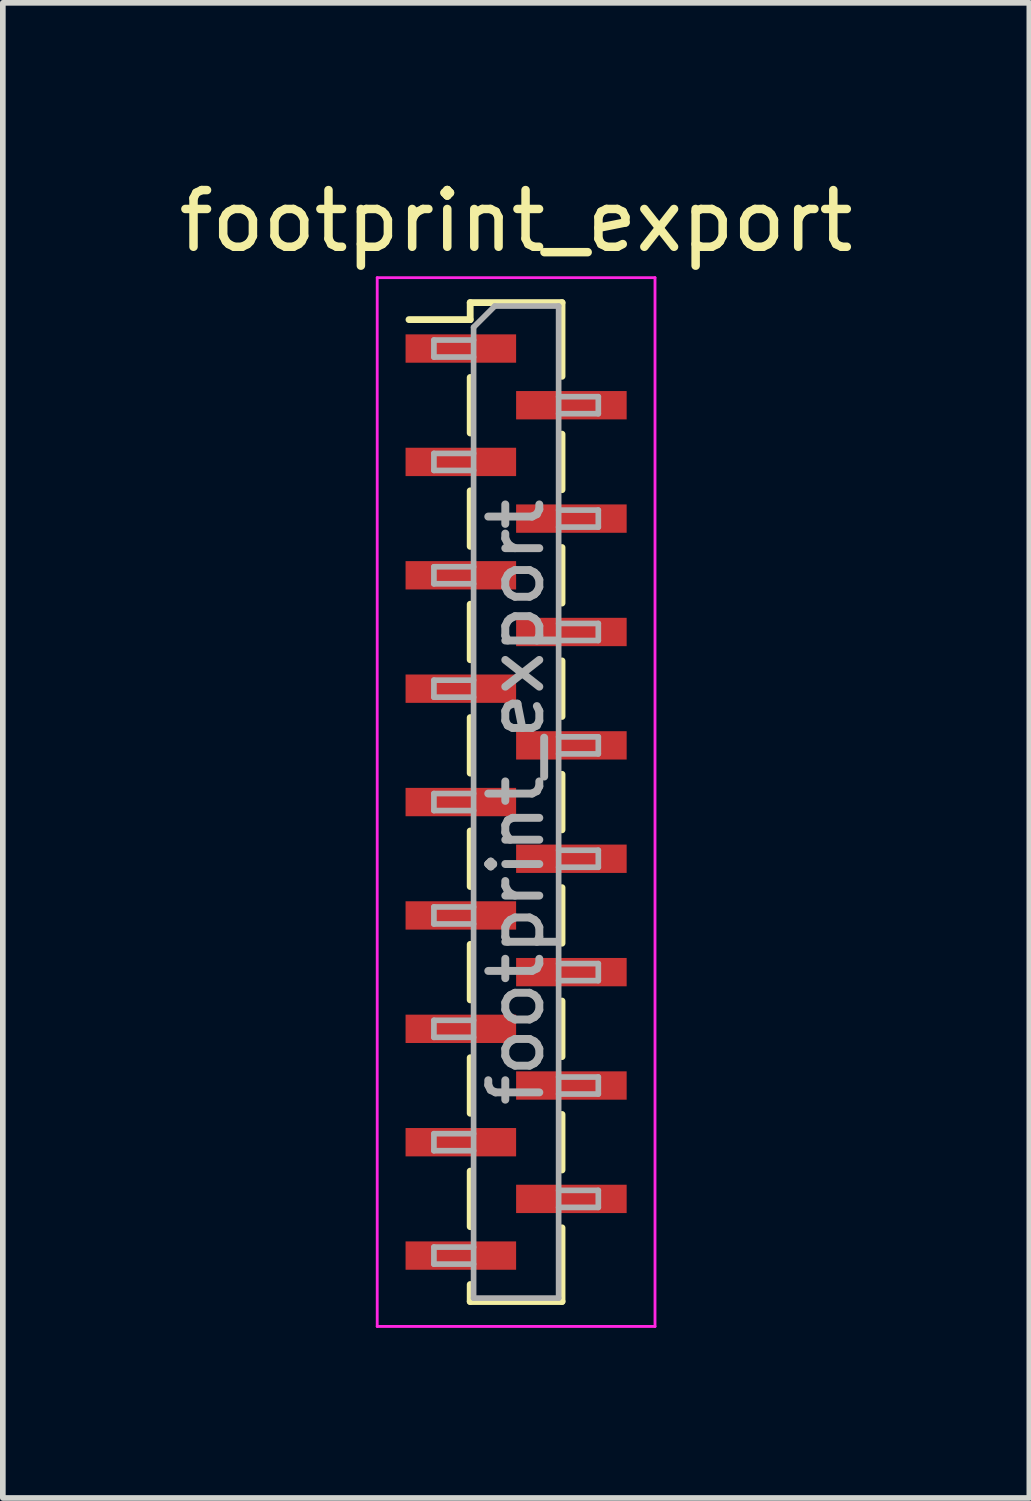
<source format=kicad_pcb>
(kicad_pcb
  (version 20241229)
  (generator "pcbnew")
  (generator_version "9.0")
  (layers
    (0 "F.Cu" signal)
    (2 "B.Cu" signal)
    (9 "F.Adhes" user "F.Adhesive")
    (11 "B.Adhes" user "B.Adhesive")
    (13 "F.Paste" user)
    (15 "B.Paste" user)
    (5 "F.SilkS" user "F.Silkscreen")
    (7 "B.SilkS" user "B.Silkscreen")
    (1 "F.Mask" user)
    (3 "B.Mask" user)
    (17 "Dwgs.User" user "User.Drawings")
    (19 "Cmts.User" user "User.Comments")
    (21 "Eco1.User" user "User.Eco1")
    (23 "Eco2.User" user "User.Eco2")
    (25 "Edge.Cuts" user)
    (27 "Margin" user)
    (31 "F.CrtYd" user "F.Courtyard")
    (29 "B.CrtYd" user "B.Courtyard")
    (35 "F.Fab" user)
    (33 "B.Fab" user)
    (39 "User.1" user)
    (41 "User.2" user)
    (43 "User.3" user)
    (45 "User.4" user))
  (footprint "footprint_export"
    (layer "F.Cu")
    (at 6.054 11.098)
    (property "Reference" "footprint_export" (at 0 -10.25 0) (layer "F.SilkS") (effects (font (size 1 1) (thickness 0.15))))
    (attr smd)
    (fp_line (start -1.89 -8.51) (end -0.81 -8.51) (stroke (width 0.12) (type solid)) (layer "F.SilkS"))
    (fp_line (start -0.81 -8.81) (end -0.81 -8.51) (stroke (width 0.12) (type solid)) (layer "F.SilkS"))
    (fp_line (start -0.81 -8.81) (end 0.81 -8.81) (stroke (width 0.12) (type solid)) (layer "F.SilkS"))
    (fp_line (start -0.81 -7.49) (end -0.81 -6.51) (stroke (width 0.12) (type solid)) (layer "F.SilkS"))
    (fp_line (start -0.81 -5.49) (end -0.81 -4.51) (stroke (width 0.12) (type solid)) (layer "F.SilkS"))
    (fp_line (start -0.81 -3.49) (end -0.81 -2.51) (stroke (width 0.12) (type solid)) (layer "F.SilkS"))
    (fp_line (start -0.81 -1.49) (end -0.81 -0.51) (stroke (width 0.12) (type solid)) (layer "F.SilkS"))
    (fp_line (start -0.81 0.51) (end -0.81 1.49) (stroke (width 0.12) (type solid)) (layer "F.SilkS"))
    (fp_line (start -0.81 2.51) (end -0.81 3.49) (stroke (width 0.12) (type solid)) (layer "F.SilkS"))
    (fp_line (start -0.81 4.51) (end -0.81 5.49) (stroke (width 0.12) (type solid)) (layer "F.SilkS"))
    (fp_line (start -0.81 6.51) (end -0.81 7.49) (stroke (width 0.12) (type solid)) (layer "F.SilkS"))
    (fp_line (start -0.81 8.51) (end -0.81 8.81) (stroke (width 0.12) (type solid)) (layer "F.SilkS"))
    (fp_line (start -0.81 8.81) (end 0.81 8.81) (stroke (width 0.12) (type solid)) (layer "F.SilkS"))
    (fp_line (start 0.81 -8.81) (end 0.81 -7.51) (stroke (width 0.12) (type solid)) (layer "F.SilkS"))
    (fp_line (start 0.81 -6.49) (end 0.81 -5.51) (stroke (width 0.12) (type solid)) (layer "F.SilkS"))
    (fp_line (start 0.81 -4.49) (end 0.81 -3.51) (stroke (width 0.12) (type solid)) (layer "F.SilkS"))
    (fp_line (start 0.81 -2.49) (end 0.81 -1.51) (stroke (width 0.12) (type solid)) (layer "F.SilkS"))
    (fp_line (start 0.81 -0.49) (end 0.81 0.49) (stroke (width 0.12) (type solid)) (layer "F.SilkS"))
    (fp_line (start 0.81 1.51) (end 0.81 2.49) (stroke (width 0.12) (type solid)) (layer "F.SilkS"))
    (fp_line (start 0.81 3.51) (end 0.81 4.49) (stroke (width 0.12) (type solid)) (layer "F.SilkS"))
    (fp_line (start 0.81 5.51) (end 0.81 6.49) (stroke (width 0.12) (type solid)) (layer "F.SilkS"))
    (fp_line (start 0.81 7.51) (end 0.81 8.81) (stroke (width 0.12) (type solid)) (layer "F.SilkS"))
    (fp_line (start -2.45 -9.25) (end 2.45 -9.25) (stroke (width 0.05) (type solid)) (layer "F.CrtYd"))
    (fp_line (start -2.45 9.25) (end -2.45 -9.25) (stroke (width 0.05) (type solid)) (layer "F.CrtYd"))
    (fp_line (start 2.45 -9.25) (end 2.45 9.25) (stroke (width 0.05) (type solid)) (layer "F.CrtYd"))
    (fp_line (start 2.45 9.25) (end -2.45 9.25) (stroke (width 0.05) (type solid)) (layer "F.CrtYd"))
    (fp_line (start -1.45 -8.15) (end -0.75 -8.15) (stroke (width 0.1) (type solid)) (layer "F.Fab"))
    (fp_line (start -1.45 -7.85) (end -1.45 -8.15) (stroke (width 0.1) (type solid)) (layer "F.Fab"))
    (fp_line (start -1.45 -6.15) (end -0.75 -6.15) (stroke (width 0.1) (type solid)) (layer "F.Fab"))
    (fp_line (start -1.45 -5.85) (end -1.45 -6.15) (stroke (width 0.1) (type solid)) (layer "F.Fab"))
    (fp_line (start -1.45 -4.15) (end -0.75 -4.15) (stroke (width 0.1) (type solid)) (layer "F.Fab"))
    (fp_line (start -1.45 -3.85) (end -1.45 -4.15) (stroke (width 0.1) (type solid)) (layer "F.Fab"))
    (fp_line (start -1.45 -2.15) (end -0.75 -2.15) (stroke (width 0.1) (type solid)) (layer "F.Fab"))
    (fp_line (start -1.45 -1.85) (end -1.45 -2.15) (stroke (width 0.1) (type solid)) (layer "F.Fab"))
    (fp_line (start -1.45 -0.15) (end -0.75 -0.15) (stroke (width 0.1) (type solid)) (layer "F.Fab"))
    (fp_line (start -1.45 0.15) (end -1.45 -0.15) (stroke (width 0.1) (type solid)) (layer "F.Fab"))
    (fp_line (start -1.45 1.85) (end -0.75 1.85) (stroke (width 0.1) (type solid)) (layer "F.Fab"))
    (fp_line (start -1.45 2.15) (end -1.45 1.85) (stroke (width 0.1) (type solid)) (layer "F.Fab"))
    (fp_line (start -1.45 3.85) (end -0.75 3.85) (stroke (width 0.1) (type solid)) (layer "F.Fab"))
    (fp_line (start -1.45 4.15) (end -1.45 3.85) (stroke (width 0.1) (type solid)) (layer "F.Fab"))
    (fp_line (start -1.45 5.85) (end -0.75 5.85) (stroke (width 0.1) (type solid)) (layer "F.Fab"))
    (fp_line (start -1.45 6.15) (end -1.45 5.85) (stroke (width 0.1) (type solid)) (layer "F.Fab"))
    (fp_line (start -1.45 7.85) (end -0.75 7.85) (stroke (width 0.1) (type solid)) (layer "F.Fab"))
    (fp_line (start -1.45 8.15) (end -1.45 7.85) (stroke (width 0.1) (type solid)) (layer "F.Fab"))
    (fp_line (start -0.75 -8.375) (end -0.375 -8.75) (stroke (width 0.1) (type solid)) (layer "F.Fab"))
    (fp_line (start -0.75 -7.85) (end -1.45 -7.85) (stroke (width 0.1) (type solid)) (layer "F.Fab"))
    (fp_line (start -0.75 -5.85) (end -1.45 -5.85) (stroke (width 0.1) (type solid)) (layer "F.Fab"))
    (fp_line (start -0.75 -3.85) (end -1.45 -3.85) (stroke (width 0.1) (type solid)) (layer "F.Fab"))
    (fp_line (start -0.75 -1.85) (end -1.45 -1.85) (stroke (width 0.1) (type solid)) (layer "F.Fab"))
    (fp_line (start -0.75 0.15) (end -1.45 0.15) (stroke (width 0.1) (type solid)) (layer "F.Fab"))
    (fp_line (start -0.75 2.15) (end -1.45 2.15) (stroke (width 0.1) (type solid)) (layer "F.Fab"))
    (fp_line (start -0.75 4.15) (end -1.45 4.15) (stroke (width 0.1) (type solid)) (layer "F.Fab"))
    (fp_line (start -0.75 6.15) (end -1.45 6.15) (stroke (width 0.1) (type solid)) (layer "F.Fab"))
    (fp_line (start -0.75 8.15) (end -1.45 8.15) (stroke (width 0.1) (type solid)) (layer "F.Fab"))
    (fp_line (start -0.75 8.75) (end -0.75 -8.375) (stroke (width 0.1) (type solid)) (layer "F.Fab"))
    (fp_line (start -0.375 -8.75) (end 0.75 -8.75) (stroke (width 0.1) (type solid)) (layer "F.Fab"))
    (fp_line (start 0.75 -8.75) (end 0.75 8.75) (stroke (width 0.1) (type solid)) (layer "F.Fab"))
    (fp_line (start 0.75 -7.15) (end 1.45 -7.15) (stroke (width 0.1) (type solid)) (layer "F.Fab"))
    (fp_line (start 0.75 -5.15) (end 1.45 -5.15) (stroke (width 0.1) (type solid)) (layer "F.Fab"))
    (fp_line (start 0.75 -3.15) (end 1.45 -3.15) (stroke (width 0.1) (type solid)) (layer "F.Fab"))
    (fp_line (start 0.75 -1.15) (end 1.45 -1.15) (stroke (width 0.1) (type solid)) (layer "F.Fab"))
    (fp_line (start 0.75 0.85) (end 1.45 0.85) (stroke (width 0.1) (type solid)) (layer "F.Fab"))
    (fp_line (start 0.75 2.85) (end 1.45 2.85) (stroke (width 0.1) (type solid)) (layer "F.Fab"))
    (fp_line (start 0.75 4.85) (end 1.45 4.85) (stroke (width 0.1) (type solid)) (layer "F.Fab"))
    (fp_line (start 0.75 6.85) (end 1.45 6.85) (stroke (width 0.1) (type solid)) (layer "F.Fab"))
    (fp_line (start 0.75 8.75) (end -0.75 8.75) (stroke (width 0.1) (type solid)) (layer "F.Fab"))
    (fp_line (start 1.45 -7.15) (end 1.45 -6.85) (stroke (width 0.1) (type solid)) (layer "F.Fab"))
    (fp_line (start 1.45 -6.85) (end 0.75 -6.85) (stroke (width 0.1) (type solid)) (layer "F.Fab"))
    (fp_line (start 1.45 -5.15) (end 1.45 -4.85) (stroke (width 0.1) (type solid)) (layer "F.Fab"))
    (fp_line (start 1.45 -4.85) (end 0.75 -4.85) (stroke (width 0.1) (type solid)) (layer "F.Fab"))
    (fp_line (start 1.45 -3.15) (end 1.45 -2.85) (stroke (width 0.1) (type solid)) (layer "F.Fab"))
    (fp_line (start 1.45 -2.85) (end 0.75 -2.85) (stroke (width 0.1) (type solid)) (layer "F.Fab"))
    (fp_line (start 1.45 -1.15) (end 1.45 -0.85) (stroke (width 0.1) (type solid)) (layer "F.Fab"))
    (fp_line (start 1.45 -0.85) (end 0.75 -0.85) (stroke (width 0.1) (type solid)) (layer "F.Fab"))
    (fp_line (start 1.45 0.85) (end 1.45 1.15) (stroke (width 0.1) (type solid)) (layer "F.Fab"))
    (fp_line (start 1.45 1.15) (end 0.75 1.15) (stroke (width 0.1) (type solid)) (layer "F.Fab"))
    (fp_line (start 1.45 2.85) (end 1.45 3.15) (stroke (width 0.1) (type solid)) (layer "F.Fab"))
    (fp_line (start 1.45 3.15) (end 0.75 3.15) (stroke (width 0.1) (type solid)) (layer "F.Fab"))
    (fp_line (start 1.45 4.85) (end 1.45 5.15) (stroke (width 0.1) (type solid)) (layer "F.Fab"))
    (fp_line (start 1.45 5.15) (end 0.75 5.15) (stroke (width 0.1) (type solid)) (layer "F.Fab"))
    (fp_line (start 1.45 6.85) (end 1.45 7.15) (stroke (width 0.1) (type solid)) (layer "F.Fab"))
    (fp_line (start 1.45 7.15) (end 0.75 7.15) (stroke (width 0.1) (type solid)) (layer "F.Fab"))
    (fp_text user "${REFERENCE}" (at 0 0 90) (layer "F.Fab") (effects (font (size 0.9 0.9) (thickness 0.14))))
    (pad "1" smd rect (at -0.975 -8) (size 1.95 0.5) (layers "F.Cu" "F.Mask" "F.Paste"))
    (pad "2" smd rect (at 0.975 -7) (size 1.95 0.5) (layers "F.Cu" "F.Mask" "F.Paste"))
    (pad "3" smd rect (at -0.975 -6) (size 1.95 0.5) (layers "F.Cu" "F.Mask" "F.Paste"))
    (pad "4" smd rect (at 0.975 -5) (size 1.95 0.5) (layers "F.Cu" "F.Mask" "F.Paste"))
    (pad "5" smd rect (at -0.975 -4) (size 1.95 0.5) (layers "F.Cu" "F.Mask" "F.Paste"))
    (pad "6" smd rect (at 0.975 -3) (size 1.95 0.5) (layers "F.Cu" "F.Mask" "F.Paste"))
    (pad "7" smd rect (at -0.975 -2) (size 1.95 0.5) (layers "F.Cu" "F.Mask" "F.Paste"))
    (pad "8" smd rect (at 0.975 -1) (size 1.95 0.5) (layers "F.Cu" "F.Mask" "F.Paste"))
    (pad "9" smd rect (at -0.975 0) (size 1.95 0.5) (layers "F.Cu" "F.Mask" "F.Paste"))
    (pad "10" smd rect (at 0.975 1) (size 1.95 0.5) (layers "F.Cu" "F.Mask" "F.Paste"))
    (pad "11" smd rect (at -0.975 2) (size 1.95 0.5) (layers "F.Cu" "F.Mask" "F.Paste"))
    (pad "12" smd rect (at 0.975 3) (size 1.95 0.5) (layers "F.Cu" "F.Mask" "F.Paste"))
    (pad "13" smd rect (at -0.975 4) (size 1.95 0.5) (layers "F.Cu" "F.Mask" "F.Paste"))
    (pad "14" smd rect (at 0.975 5) (size 1.95 0.5) (layers "F.Cu" "F.Mask" "F.Paste"))
    (pad "15" smd rect (at -0.975 6) (size 1.95 0.5) (layers "F.Cu" "F.Mask" "F.Paste"))
    (pad "16" smd rect (at 0.975 7) (size 1.95 0.5) (layers "F.Cu" "F.Mask" "F.Paste"))
    (pad "17" smd rect (at -0.975 8) (size 1.95 0.5) (layers "F.Cu" "F.Mask" "F.Paste")))
  (gr_rect
    (start -3 -3)
    (end 15.107 23.373)
    (stroke (width 0.1) (type default))
    (fill no)
    (layer "Edge.Cuts")))
</source>
